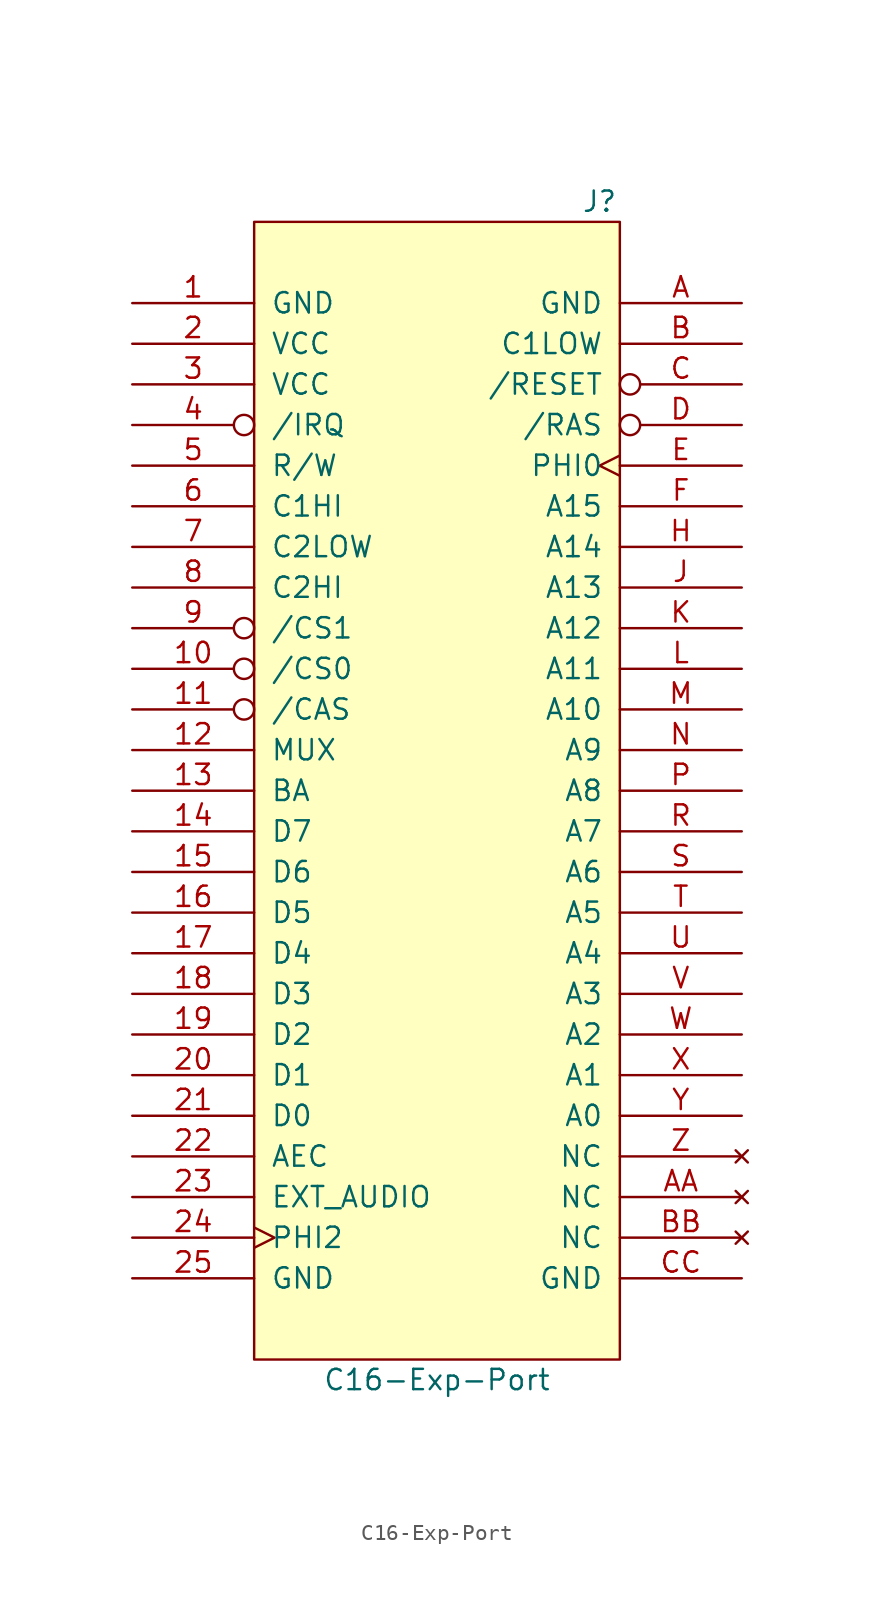
<source format=kicad_sym>
(kicad_symbol_lib
  (version 20231120)
  (generator "kicad_symbol_editor")
  (generator_version "8.0")
  (symbol "C16-Exp-Port"
    (pin_names
      (offset 1.016))
    (property "Reference" "J"
      (at 10.16 36.83 0)
      (effects (font (size 1.27 1.27))))
    (property "Value" "C16-Exp-Port"
      (at 0 -36.83 0)
      (effects (font (size 1.27 1.27))))
    (symbol "C16-Exp-Port_1_0"
      (rectangle (start -11.43 -35.56) (end 11.43 35.56) (stroke (width 0) (type solid)) (fill (type background))))
    (symbol "C16-Exp-Port_1_1"
      (pin power_out line (at -19.05 30.48 0) (length 7.62) (name "GND" (effects (font (size 1.27 1.27)))) (number "1" (effects (font (size 1.27 1.27)))))
      (pin output inverted (at -19.05 7.62 0) (length 7.62) (name "/CS0" (effects (font (size 1.27 1.27)))) (number "10" (effects (font (size 1.27 1.27)))))
      (pin output inverted (at -19.05 5.08 0) (length 7.62) (name "/CAS" (effects (font (size 1.27 1.27)))) (number "11" (effects (font (size 1.27 1.27)))))
      (pin output line (at -19.05 2.54 0) (length 7.62) (name "MUX" (effects (font (size 1.27 1.27)))) (number "12" (effects (font (size 1.27 1.27)))))
      (pin output line (at -19.05 0 0) (length 7.62) (name "BA" (effects (font (size 1.27 1.27)))) (number "13" (effects (font (size 1.27 1.27)))))
      (pin bidirectional line (at -19.05 -2.54 0) (length 7.62) (name "D7" (effects (font (size 1.27 1.27)))) (number "14" (effects (font (size 1.27 1.27)))))
      (pin bidirectional line (at -19.05 -5.08 0) (length 7.62) (name "D6" (effects (font (size 1.27 1.27)))) (number "15" (effects (font (size 1.27 1.27)))))
      (pin bidirectional line (at -19.05 -7.62 0) (length 7.62) (name "D5" (effects (font (size 1.27 1.27)))) (number "16" (effects (font (size 1.27 1.27)))))
      (pin bidirectional line (at -19.05 -10.16 0) (length 7.62) (name "D4" (effects (font (size 1.27 1.27)))) (number "17" (effects (font (size 1.27 1.27)))))
      (pin bidirectional line (at -19.05 -12.7 0) (length 7.62) (name "D3" (effects (font (size 1.27 1.27)))) (number "18" (effects (font (size 1.27 1.27)))))
      (pin bidirectional line (at -19.05 -15.24 0) (length 7.62) (name "D2" (effects (font (size 1.27 1.27)))) (number "19" (effects (font (size 1.27 1.27)))))
      (pin power_out line (at -19.05 27.94 0) (length 7.62) (name "VCC" (effects (font (size 1.27 1.27)))) (number "2" (effects (font (size 1.27 1.27)))))
      (pin bidirectional line (at -19.05 -17.78 0) (length 7.62) (name "D1" (effects (font (size 1.27 1.27)))) (number "20" (effects (font (size 1.27 1.27)))))
      (pin bidirectional line (at -19.05 -20.32 0) (length 7.62) (name "D0" (effects (font (size 1.27 1.27)))) (number "21" (effects (font (size 1.27 1.27)))))
      (pin output line (at -19.05 -22.86 0) (length 7.62) (name "AEC" (effects (font (size 1.27 1.27)))) (number "22" (effects (font (size 1.27 1.27)))))
      (pin input line (at -19.05 -25.4 0) (length 7.62) (name "EXT_AUDIO" (effects (font (size 1.27 1.27)))) (number "23" (effects (font (size 1.27 1.27)))))
      (pin output clock (at -19.05 -27.94 0) (length 7.62) (name "PHI2" (effects (font (size 1.27 1.27)))) (number "24" (effects (font (size 1.27 1.27)))))
      (pin passive line (at -19.05 -30.48 0) (length 7.62) (name "GND" (effects (font (size 1.27 1.27)))) (number "25" (effects (font (size 1.27 1.27)))))
      (pin passive line (at -19.05 25.4 0) (length 7.62) (name "VCC" (effects (font (size 1.27 1.27)))) (number "3" (effects (font (size 1.27 1.27)))))
      (pin open_collector inverted (at -19.05 22.86 0) (length 7.62) (name "/IRQ" (effects (font (size 1.27 1.27)))) (number "4" (effects (font (size 1.27 1.27)))))
      (pin output line (at -19.05 20.32 0) (length 7.62) (name "R/W" (effects (font (size 1.27 1.27)))) (number "5" (effects (font (size 1.27 1.27)))))
      (pin output line (at -19.05 17.78 0) (length 7.62) (name "C1HI" (effects (font (size 1.27 1.27)))) (number "6" (effects (font (size 1.27 1.27)))))
      (pin output line (at -19.05 15.24 0) (length 7.62) (name "C2LOW" (effects (font (size 1.27 1.27)))) (number "7" (effects (font (size 1.27 1.27)))))
      (pin output line (at -19.05 12.7 0) (length 7.62) (name "C2HI" (effects (font (size 1.27 1.27)))) (number "8" (effects (font (size 1.27 1.27)))))
      (pin output inverted (at -19.05 10.16 0) (length 7.62) (name "/CS1" (effects (font (size 1.27 1.27)))) (number "9" (effects (font (size 1.27 1.27)))))
      (pin passive line (at 19.05 30.48 180) (length 7.62) (name "GND" (effects (font (size 1.27 1.27)))) (number "A" (effects (font (size 1.27 1.27)))))
      (pin no_connect line (at 19.05 -25.4 180) (length 7.62) (name "NC" (effects (font (size 1.27 1.27)))) (number "AA" (effects (font (size 1.27 1.27)))))
      (pin output line (at 19.05 27.94 180) (length 7.62) (name "C1LOW" (effects (font (size 1.27 1.27)))) (number "B" (effects (font (size 1.27 1.27)))))
      (pin no_connect line (at 19.05 -27.94 180) (length 7.62) (name "NC" (effects (font (size 1.27 1.27)))) (number "BB" (effects (font (size 1.27 1.27)))))
      (pin open_collector inverted (at 19.05 25.4 180) (length 7.62) (name "/RESET" (effects (font (size 1.27 1.27)))) (number "C" (effects (font (size 1.27 1.27)))))
      (pin passive line (at 19.05 -30.48 180) (length 7.62) (name "GND" (effects (font (size 1.27 1.27)))) (number "CC" (effects (font (size 1.27 1.27)))))
      (pin output inverted (at 19.05 22.86 180) (length 7.62) (name "/RAS" (effects (font (size 1.27 1.27)))) (number "D" (effects (font (size 1.27 1.27)))))
      (pin output clock (at 19.05 20.32 180) (length 7.62) (name "PHI0" (effects (font (size 1.27 1.27)))) (number "E" (effects (font (size 1.27 1.27)))))
      (pin output line (at 19.05 17.78 180) (length 7.62) (name "A15" (effects (font (size 1.27 1.27)))) (number "F" (effects (font (size 1.27 1.27)))))
      (pin output line (at 19.05 15.24 180) (length 7.62) (name "A14" (effects (font (size 1.27 1.27)))) (number "H" (effects (font (size 1.27 1.27)))))
      (pin output line (at 19.05 12.7 180) (length 7.62) (name "A13" (effects (font (size 1.27 1.27)))) (number "J" (effects (font (size 1.27 1.27)))))
      (pin output line (at 19.05 10.16 180) (length 7.62) (name "A12" (effects (font (size 1.27 1.27)))) (number "K" (effects (font (size 1.27 1.27)))))
      (pin output line (at 19.05 7.62 180) (length 7.62) (name "A11" (effects (font (size 1.27 1.27)))) (number "L" (effects (font (size 1.27 1.27)))))
      (pin output line (at 19.05 5.08 180) (length 7.62) (name "A10" (effects (font (size 1.27 1.27)))) (number "M" (effects (font (size 1.27 1.27)))))
      (pin output line (at 19.05 2.54 180) (length 7.62) (name "A9" (effects (font (size 1.27 1.27)))) (number "N" (effects (font (size 1.27 1.27)))))
      (pin output line (at 19.05 0 180) (length 7.62) (name "A8" (effects (font (size 1.27 1.27)))) (number "P" (effects (font (size 1.27 1.27)))))
      (pin output line (at 19.05 -2.54 180) (length 7.62) (name "A7" (effects (font (size 1.27 1.27)))) (number "R" (effects (font (size 1.27 1.27)))))
      (pin output line (at 19.05 -5.08 180) (length 7.62) (name "A6" (effects (font (size 1.27 1.27)))) (number "S" (effects (font (size 1.27 1.27)))))
      (pin output line (at 19.05 -7.62 180) (length 7.62) (name "A5" (effects (font (size 1.27 1.27)))) (number "T" (effects (font (size 1.27 1.27)))))
      (pin output line (at 19.05 -10.16 180) (length 7.62) (name "A4" (effects (font (size 1.27 1.27)))) (number "U" (effects (font (size 1.27 1.27)))))
      (pin output line (at 19.05 -12.7 180) (length 7.62) (name "A3" (effects (font (size 1.27 1.27)))) (number "V" (effects (font (size 1.27 1.27)))))
      (pin output line (at 19.05 -15.24 180) (length 7.62) (name "A2" (effects (font (size 1.27 1.27)))) (number "W" (effects (font (size 1.27 1.27)))))
      (pin output line (at 19.05 -17.78 180) (length 7.62) (name "A1" (effects (font (size 1.27 1.27)))) (number "X" (effects (font (size 1.27 1.27)))))
      (pin output line (at 19.05 -20.32 180) (length 7.62) (name "A0" (effects (font (size 1.27 1.27)))) (number "Y" (effects (font (size 1.27 1.27)))))
      (pin no_connect line (at 19.05 -22.86 180) (length 7.62) (name "NC" (effects (font (size 1.27 1.27)))) (number "Z" (effects (font (size 1.27 1.27))))))))
</source>
